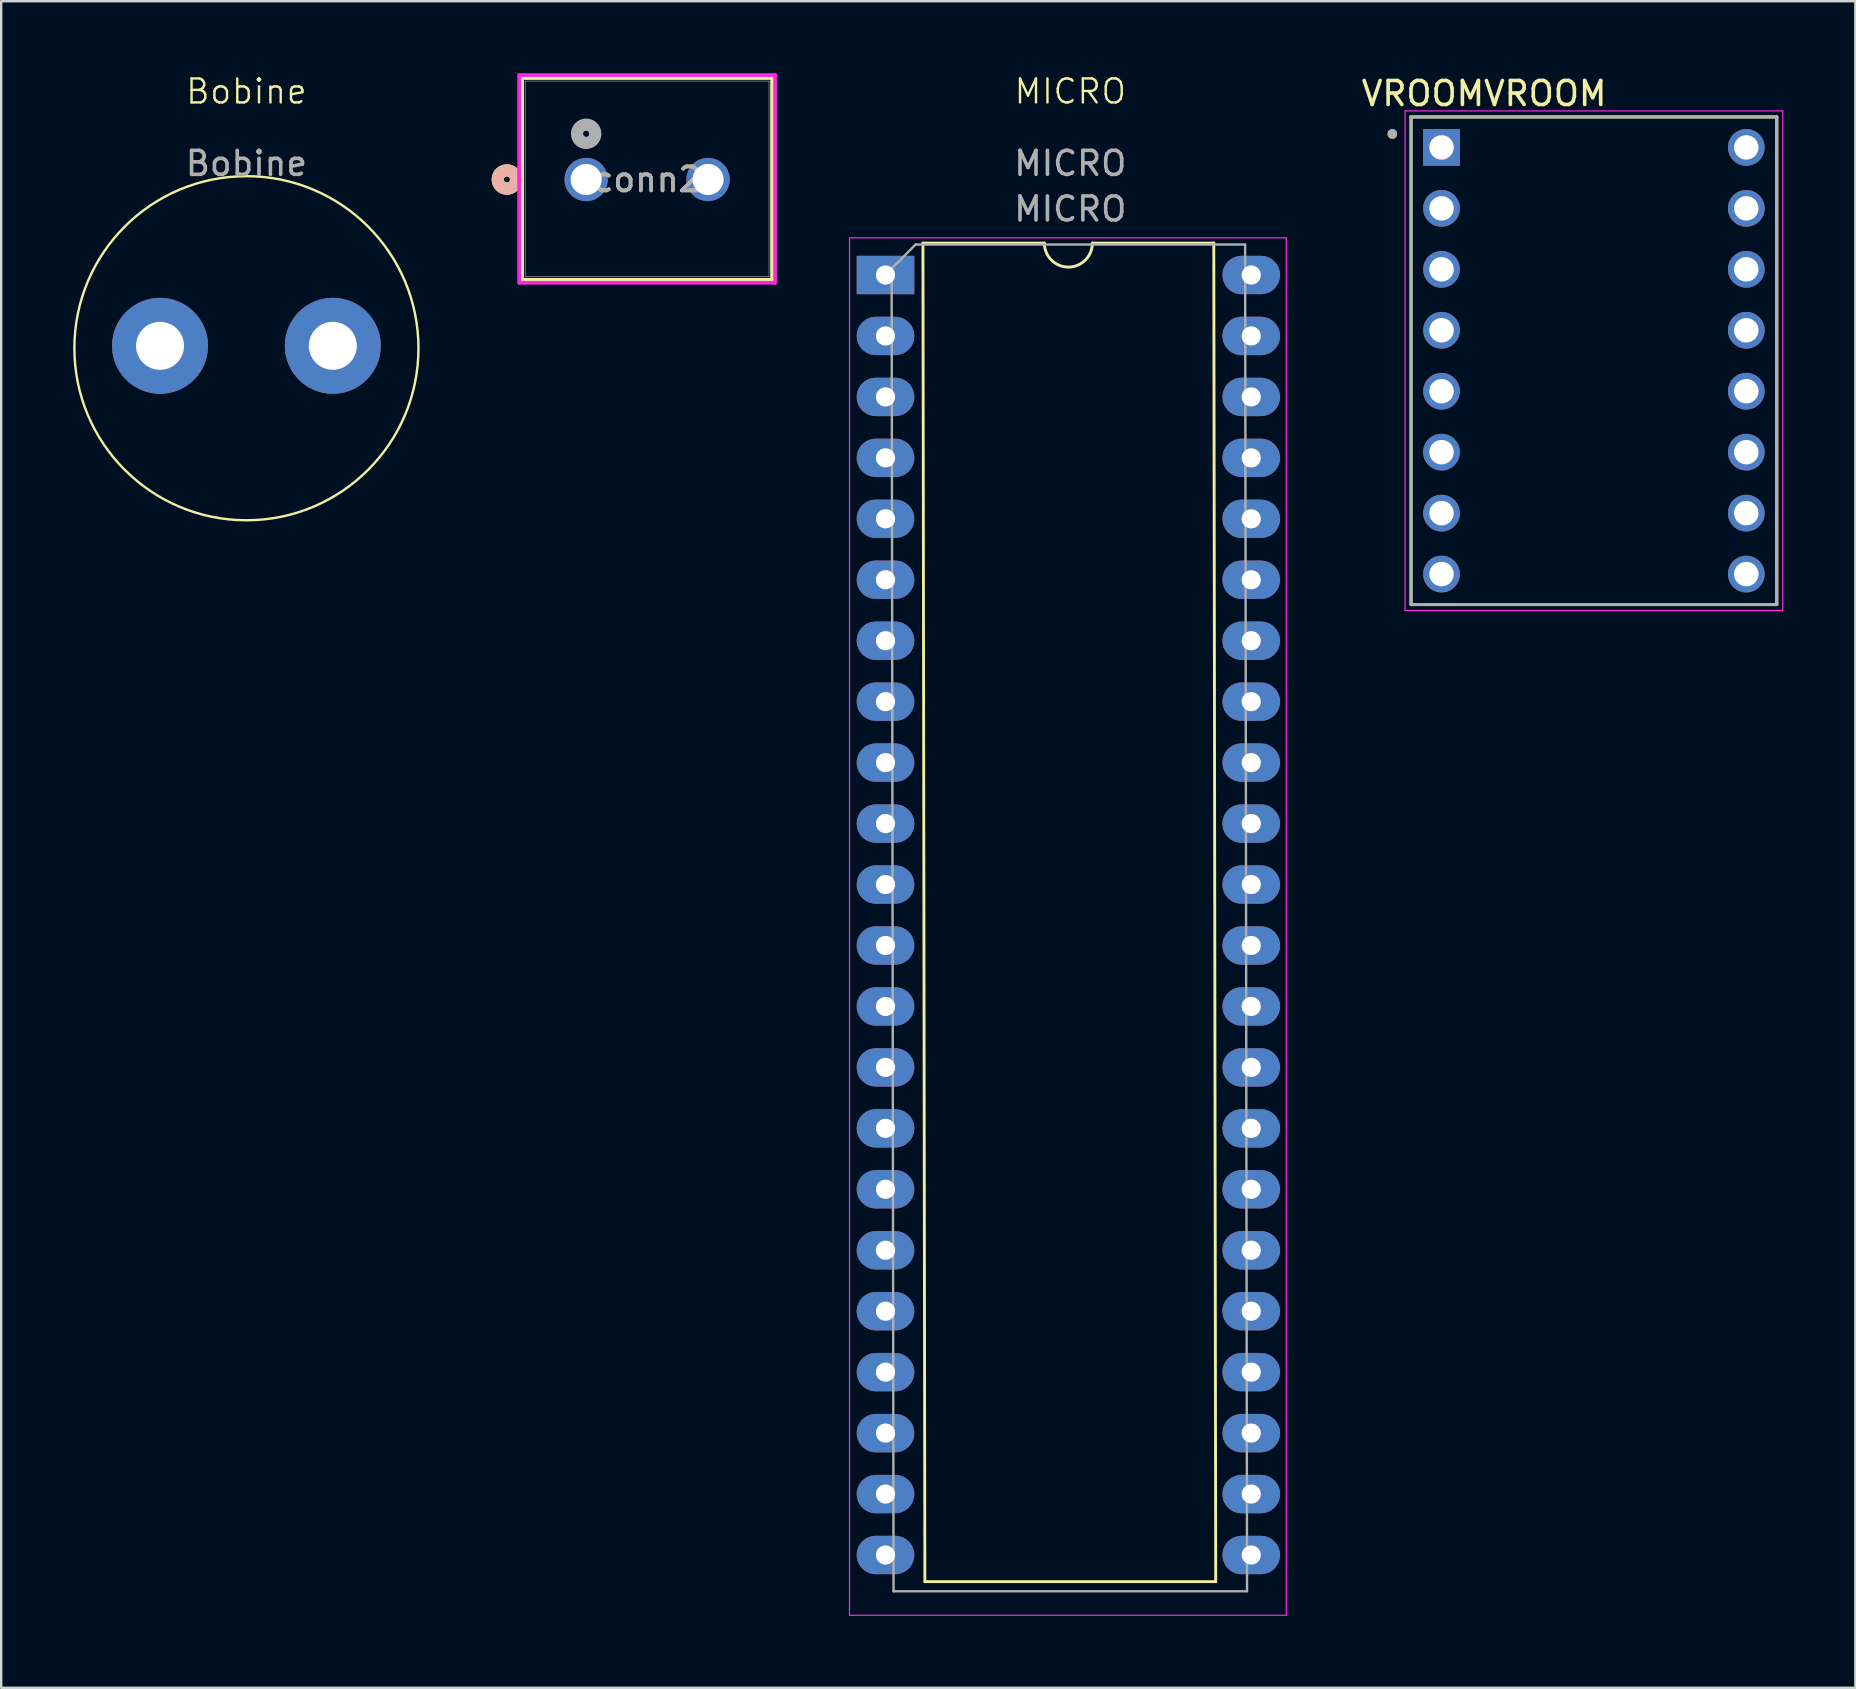
<source format=kicad_pcb>
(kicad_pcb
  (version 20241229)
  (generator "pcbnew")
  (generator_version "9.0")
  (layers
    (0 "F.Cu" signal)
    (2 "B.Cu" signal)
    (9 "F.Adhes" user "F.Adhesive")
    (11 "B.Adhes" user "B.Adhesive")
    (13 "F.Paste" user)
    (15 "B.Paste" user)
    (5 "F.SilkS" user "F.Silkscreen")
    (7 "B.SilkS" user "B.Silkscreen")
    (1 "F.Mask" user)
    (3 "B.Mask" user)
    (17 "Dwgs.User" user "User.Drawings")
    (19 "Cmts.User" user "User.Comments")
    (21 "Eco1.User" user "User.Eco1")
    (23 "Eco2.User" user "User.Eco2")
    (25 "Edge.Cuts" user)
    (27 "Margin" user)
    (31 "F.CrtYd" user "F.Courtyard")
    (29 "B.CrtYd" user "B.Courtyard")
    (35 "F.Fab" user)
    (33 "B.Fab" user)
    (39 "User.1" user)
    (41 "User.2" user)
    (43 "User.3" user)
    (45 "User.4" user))
  (footprint "conn2"
    (layer "F.Cu")
    (at 21.376 4.43)
    (property "Reference" "conn2" (at 2.54 0 0) (unlocked yes) (layer "F.SilkS") (effects (font (size 1 1) (thickness 0.15))))
    (attr through_hole)
    (fp_line (start -2.667 -4.227) (end -2.667 4.177) (stroke (width 0.152) (type solid)) (layer "F.SilkS"))
    (fp_line (start -2.667 4.177) (end 7.747 4.177) (stroke (width 0.152) (type solid)) (layer "F.SilkS"))
    (fp_line (start 7.747 -4.227) (end -2.667 -4.227) (stroke (width 0.152) (type solid)) (layer "F.SilkS"))
    (fp_line (start 7.747 4.177) (end 7.747 -4.227) (stroke (width 0.152) (type solid)) (layer "F.SilkS"))
    (fp_circle (center -3.302 0) (end -2.921 0) (stroke (width 0.508) (type solid)) (fill no) (layer "F.SilkS"))
    (fp_circle (center -3.302 0) (end -2.921 0) (stroke (width 0.508) (type solid)) (fill no) (layer "B.SilkS"))
    (fp_line (start -2.794 -4.354) (end -2.794 4.304) (stroke (width 0.152) (type solid)) (layer "F.CrtYd"))
    (fp_line (start -2.794 4.304) (end 7.874 4.304) (stroke (width 0.152) (type solid)) (layer "F.CrtYd"))
    (fp_line (start 7.874 -4.354) (end -2.794 -4.354) (stroke (width 0.152) (type solid)) (layer "F.CrtYd"))
    (fp_line (start 7.874 4.304) (end 7.874 -4.354) (stroke (width 0.152) (type solid)) (layer "F.CrtYd"))
    (fp_line (start -2.54 -4.1) (end -2.54 4.05) (stroke (width 0.025) (type solid)) (layer "F.Fab"))
    (fp_line (start -2.54 4.05) (end 7.62 4.05) (stroke (width 0.025) (type solid)) (layer "F.Fab"))
    (fp_line (start 7.62 -4.1) (end -2.54 -4.1) (stroke (width 0.025) (type solid)) (layer "F.Fab"))
    (fp_line (start 7.62 4.05) (end 7.62 -4.1) (stroke (width 0.025) (type solid)) (layer "F.Fab"))
    (fp_circle (center 0 -1.905) (end 0.381 -1.905) (stroke (width 0.508) (type solid)) (fill no) (layer "F.Fab"))
    (fp_text user "${REFERENCE}" (at 2.54 0 0) (unlocked yes) (layer "F.Fab") (effects (font (size 1 1) (thickness 0.15))))
    (pad "1" thru_hole circle (at 0 0) (size 1.803 1.803) (drill 1.295) (layers "*.Cu" "*.Mask"))
    (pad "2" thru_hole circle (at 5.08 0) (size 1.803 1.803) (drill 1.295) (layers "*.Cu" "*.Mask")))
  (footprint "VROOMVROOM"
    (layer "F.Cu")
    (at 63.371 11.983)
    (property "Reference" "VROOMVROOM" (at -4.575 -11.135 0) (layer "F.SilkS") (effects (font (size 1 1) (thickness 0.15))))
    (attr through_hole)
    (fp_line (start -7.62 -10.16) (end 7.62 -10.16) (stroke (width 0.127) (type solid)) (layer "F.SilkS"))
    (fp_line (start -7.62 10.16) (end -7.62 -10.16) (stroke (width 0.127) (type solid)) (layer "F.SilkS"))
    (fp_line (start 7.62 -10.16) (end 7.62 10.16) (stroke (width 0.127) (type solid)) (layer "F.SilkS"))
    (fp_line (start 7.62 10.16) (end -7.62 10.16) (stroke (width 0.127) (type solid)) (layer "F.SilkS"))
    (fp_circle (center -8.4 -9.45) (end -8.3 -9.45) (stroke (width 0.2) (type solid)) (fill no) (layer "F.SilkS"))
    (fp_line (start -7.87 -10.41) (end -7.87 10.41) (stroke (width 0.05) (type solid)) (layer "F.CrtYd"))
    (fp_line (start -7.87 10.41) (end 7.87 10.41) (stroke (width 0.05) (type solid)) (layer "F.CrtYd"))
    (fp_line (start 7.87 -10.41) (end -7.87 -10.41) (stroke (width 0.05) (type solid)) (layer "F.CrtYd"))
    (fp_line (start 7.87 10.41) (end 7.87 -10.41) (stroke (width 0.05) (type solid)) (layer "F.CrtYd"))
    (fp_line (start -7.62 -10.16) (end 7.62 -10.16) (stroke (width 0.127) (type solid)) (layer "F.Fab"))
    (fp_line (start -7.62 10.16) (end -7.62 -10.16) (stroke (width 0.127) (type solid)) (layer "F.Fab"))
    (fp_line (start 7.62 -10.16) (end 7.62 10.16) (stroke (width 0.127) (type solid)) (layer "F.Fab"))
    (fp_line (start 7.62 10.16) (end -7.62 10.16) (stroke (width 0.127) (type solid)) (layer "F.Fab"))
    (fp_circle (center -8.4 -9.45) (end -8.3 -9.45) (stroke (width 0.2) (type solid)) (fill no) (layer "F.Fab"))
    (pad "1" thru_hole rect (at -6.35 -8.89) (size 1.53 1.53) (drill 1.02) (layers "*.Cu" "*.Mask"))
    (pad "2" thru_hole circle (at -6.35 -6.35) (size 1.53 1.53) (drill 1.02) (layers "*.Cu" "*.Mask"))
    (pad "3" thru_hole circle (at -6.35 -3.81) (size 1.53 1.53) (drill 1.02) (layers "*.Cu" "*.Mask"))
    (pad "4" thru_hole circle (at -6.35 -1.27) (size 1.53 1.53) (drill 1.02) (layers "*.Cu" "*.Mask"))
    (pad "5" thru_hole circle (at -6.35 1.27) (size 1.53 1.53) (drill 1.02) (layers "*.Cu" "*.Mask"))
    (pad "6" thru_hole circle (at -6.35 3.81) (size 1.53 1.53) (drill 1.02) (layers "*.Cu" "*.Mask"))
    (pad "7" thru_hole circle (at -6.35 6.35) (size 1.53 1.53) (drill 1.02) (layers "*.Cu" "*.Mask"))
    (pad "8" thru_hole circle (at -6.35 8.89) (size 1.53 1.53) (drill 1.02) (layers "*.Cu" "*.Mask"))
    (pad "9" thru_hole circle (at 6.35 8.89) (size 1.53 1.53) (drill 1.02) (layers "*.Cu" "*.Mask"))
    (pad "10" thru_hole circle (at 6.35 6.35) (size 1.53 1.53) (drill 1.02) (layers "*.Cu" "*.Mask"))
    (pad "11" thru_hole circle (at 6.35 3.81) (size 1.53 1.53) (drill 1.02) (layers "*.Cu" "*.Mask"))
    (pad "12" thru_hole circle (at 6.35 1.27) (size 1.53 1.53) (drill 1.02) (layers "*.Cu" "*.Mask"))
    (pad "13" thru_hole circle (at 6.35 -1.27) (size 1.53 1.53) (drill 1.02) (layers "*.Cu" "*.Mask"))
    (pad "14" thru_hole circle (at 6.35 -3.81) (size 1.53 1.53) (drill 1.02) (layers "*.Cu" "*.Mask"))
    (pad "15" thru_hole circle (at 6.35 -6.35) (size 1.53 1.53) (drill 1.02) (layers "*.Cu" "*.Mask"))
    (pad "16" thru_hole circle (at 6.35 -8.89) (size 1.53 1.53) (drill 1.02) (layers "*.Cu" "*.Mask")))
  (footprint "Bobine"
    (layer "F.Cu")
    (at 7.229 11.491)
    (property "Reference" "Bobine" (at -0.01 -10.73 0) (unlocked yes) (layer "F.SilkS") (effects (font (size 1 1) (thickness 0.1))))
    (attr through_hole)
    (fp_circle (center -0.01 -0.03) (end 6.59 2.77) (stroke (width 0.1) (type default)) (fill no) (layer "F.SilkS"))
    (fp_text user "${REFERENCE}" (at -0.01 -7.73 0) (unlocked yes) (layer "F.Fab") (effects (font (size 1 1) (thickness 0.15))))
    (pad "1" thru_hole circle (at -3.61 -0.13) (size 4 4) (drill 2) (layers "*.Cu" "*.Mask"))
    (pad "2" thru_hole circle (at 3.59 -0.13) (size 4 4) (drill 2) (layers "*.Cu" "*.Mask")))
  (footprint "MICRO"
    (layer "F.Cu")
    (at 42.351 26.66)
    (property "Reference" "MICRO" (at -0.8 -25.9 0) (unlocked yes) (layer "F.SilkS") (effects (font (size 1 1) (thickness 0.1))))
    (attr through_hole)
    (fp_line (start -6.94 -19.58) (end -6.86 36.2) (stroke (width 0.12) (type solid)) (layer "F.SilkS"))
    (fp_line (start -6.86 36.2) (end 5.26 36.2) (stroke (width 0.12) (type solid)) (layer "F.SilkS"))
    (fp_line (start -1.88 -19.58) (end -6.94 -19.58) (stroke (width 0.12) (type solid)) (layer "F.SilkS"))
    (fp_line (start 5.18 -19.58) (end 0.12 -19.58) (stroke (width 0.12) (type solid)) (layer "F.SilkS"))
    (fp_line (start 5.26 36.2) (end 5.18 -19.58) (stroke (width 0.12) (type solid)) (layer "F.SilkS"))
    (fp_arc (start 0.12 -19.58) (mid -0.88 -18.58) (end -1.88 -19.58) (stroke (width 0.12) (type solid)) (layer "F.SilkS"))
    (fp_line (start -10 -19.8) (end -10 37.6) (stroke (width 0.05) (type solid)) (layer "F.CrtYd"))
    (fp_line (start -10 37.6) (end 8.2 37.6) (stroke (width 0.05) (type solid)) (layer "F.CrtYd"))
    (fp_line (start 8.2 -19.8) (end -10 -19.8) (stroke (width 0.05) (type solid)) (layer "F.CrtYd"))
    (fp_line (start 8.2 37.6) (end 8.2 -19.8) (stroke (width 0.05) (type solid)) (layer "F.CrtYd"))
    (fp_line (start -8.245 -18.52) (end -7.245 -19.52) (stroke (width 0.1) (type solid)) (layer "F.Fab"))
    (fp_line (start -8.165 36.6) (end -8.245 -18.52) (stroke (width 0.1) (type solid)) (layer "F.Fab"))
    (fp_line (start -7.245 -19.52) (end 6.485 -19.52) (stroke (width 0.1) (type solid)) (layer "F.Fab"))
    (fp_line (start 6.485 -19.52) (end 6.565 36.6) (stroke (width 0.1) (type solid)) (layer "F.Fab"))
    (fp_line (start 6.565 36.6) (end -8.165 36.6) (stroke (width 0.1) (type solid)) (layer "F.Fab"))
    (fp_text user "${REFERENCE}" (at -0.8 -22.9 0) (unlocked yes) (layer "F.Fab") (effects (font (size 1 1) (thickness 0.15))))
    (fp_text user "${REFERENCE}" (at -0.8 -21 0) (layer "F.Fab") (effects (font (size 1 1) (thickness 0.15))))
    (pad "1" thru_hole rect (at -8.5 -18.25) (size 2.4 1.6) (drill 0.8) (layers "*.Cu" "*.Mask"))
    (pad "2" thru_hole oval (at -8.5 -15.71) (size 2.4 1.6) (drill 0.8) (layers "*.Cu" "*.Mask"))
    (pad "3" thru_hole oval (at -8.5 -13.17) (size 2.4 1.6) (drill 0.8) (layers "*.Cu" "*.Mask"))
    (pad "4" thru_hole oval (at -8.5 -10.63) (size 2.4 1.6) (drill 0.8) (layers "*.Cu" "*.Mask"))
    (pad "5" thru_hole oval (at -8.5 -8.09) (size 2.4 1.6) (drill 0.8) (layers "*.Cu" "*.Mask"))
    (pad "6" thru_hole oval (at -8.5 -5.55) (size 2.4 1.6) (drill 0.8) (layers "*.Cu" "*.Mask"))
    (pad "7" thru_hole oval (at -8.5 -3.01) (size 2.4 1.6) (drill 0.8) (layers "*.Cu" "*.Mask"))
    (pad "8" thru_hole oval (at -8.5 -0.47) (size 2.4 1.6) (drill 0.8) (layers "*.Cu" "*.Mask"))
    (pad "9" thru_hole oval (at -8.5 2.07) (size 2.4 1.6) (drill 0.8) (layers "*.Cu" "*.Mask"))
    (pad "10" thru_hole oval (at -8.5 4.61) (size 2.4 1.6) (drill 0.8) (layers "*.Cu" "*.Mask"))
    (pad "11" thru_hole oval (at -8.5 7.15) (size 2.4 1.6) (drill 0.8) (layers "*.Cu" "*.Mask"))
    (pad "12" thru_hole oval (at -8.5 9.69) (size 2.4 1.6) (drill 0.8) (layers "*.Cu" "*.Mask"))
    (pad "13" thru_hole oval (at -8.5 12.23) (size 2.4 1.6) (drill 0.8) (layers "*.Cu" "*.Mask"))
    (pad "14" thru_hole oval (at -8.5 14.77) (size 2.4 1.6) (drill 0.8) (layers "*.Cu" "*.Mask"))
    (pad "15" thru_hole oval (at -8.5 17.31) (size 2.4 1.6) (drill 0.8) (layers "*.Cu" "*.Mask"))
    (pad "16" thru_hole oval (at -8.5 19.85) (size 2.4 1.6) (drill 0.8) (layers "*.Cu" "*.Mask"))
    (pad "17" thru_hole oval (at -8.5 22.39) (size 2.4 1.6) (drill 0.8) (layers "*.Cu" "*.Mask"))
    (pad "18" thru_hole oval (at -8.5 24.93) (size 2.4 1.6) (drill 0.8) (layers "*.Cu" "*.Mask"))
    (pad "19" thru_hole oval (at -8.5 27.47) (size 2.4 1.6) (drill 0.8) (layers "*.Cu" "*.Mask"))
    (pad "20" thru_hole oval (at -8.5 30.01) (size 2.4 1.6) (drill 0.8) (layers "*.Cu" "*.Mask"))
    (pad "21" thru_hole oval (at -8.5 32.55) (size 2.4 1.6) (drill 0.8) (layers "*.Cu" "*.Mask"))
    (pad "22" thru_hole oval (at -8.5 35.09) (size 2.4 1.6) (drill 0.8) (layers "*.Cu" "*.Mask"))
    (pad "23" thru_hole oval (at 6.74 35.09) (size 2.4 1.6) (drill 0.8) (layers "*.Cu" "*.Mask"))
    (pad "24" thru_hole oval (at 6.74 32.55) (size 2.4 1.6) (drill 0.8) (layers "*.Cu" "*.Mask"))
    (pad "25" thru_hole oval (at 6.74 30.01) (size 2.4 1.6) (drill 0.8) (layers "*.Cu" "*.Mask"))
    (pad "26" thru_hole oval (at 6.74 27.47) (size 2.4 1.6) (drill 0.8) (layers "*.Cu" "*.Mask"))
    (pad "27" thru_hole oval (at 6.74 24.93) (size 2.4 1.6) (drill 0.8) (layers "*.Cu" "*.Mask"))
    (pad "28" thru_hole oval (at 6.74 22.39) (size 2.4 1.6) (drill 0.8) (layers "*.Cu" "*.Mask"))
    (pad "29" thru_hole oval (at 6.74 19.85) (size 2.4 1.6) (drill 0.8) (layers "*.Cu" "*.Mask"))
    (pad "30" thru_hole oval (at 6.74 17.31) (size 2.4 1.6) (drill 0.8) (layers "*.Cu" "*.Mask"))
    (pad "31" thru_hole oval (at 6.74 14.77) (size 2.4 1.6) (drill 0.8) (layers "*.Cu" "*.Mask"))
    (pad "32" thru_hole oval (at 6.74 12.23) (size 2.4 1.6) (drill 0.8) (layers "*.Cu" "*.Mask"))
    (pad "33" thru_hole oval (at 6.74 9.69) (size 2.4 1.6) (drill 0.8) (layers "*.Cu" "*.Mask"))
    (pad "34" thru_hole oval (at 6.74 7.15) (size 2.4 1.6) (drill 0.8) (layers "*.Cu" "*.Mask"))
    (pad "35" thru_hole oval (at 6.74 4.61) (size 2.4 1.6) (drill 0.8) (layers "*.Cu" "*.Mask"))
    (pad "36" thru_hole oval (at 6.74 2.07) (size 2.4 1.6) (drill 0.8) (layers "*.Cu" "*.Mask"))
    (pad "37" thru_hole oval (at 6.74 -0.47) (size 2.4 1.6) (drill 0.8) (layers "*.Cu" "*.Mask"))
    (pad "38" thru_hole oval (at 6.74 -3.01) (size 2.4 1.6) (drill 0.8) (layers "*.Cu" "*.Mask"))
    (pad "39" thru_hole oval (at 6.74 -5.55) (size 2.4 1.6) (drill 0.8) (layers "*.Cu" "*.Mask"))
    (pad "40" thru_hole oval (at 6.74 -8.09) (size 2.4 1.6) (drill 0.8) (layers "*.Cu" "*.Mask"))
    (pad "41" thru_hole oval (at 6.74 -10.63) (size 2.4 1.6) (drill 0.8) (layers "*.Cu" "*.Mask"))
    (pad "42" thru_hole oval (at 6.74 -13.17) (size 2.4 1.6) (drill 0.8) (layers "*.Cu" "*.Mask"))
    (pad "43" thru_hole oval (at 6.74 -15.71) (size 2.4 1.6) (drill 0.8) (layers "*.Cu" "*.Mask"))
    (pad "44" thru_hole oval (at 6.74 -18.25) (size 2.4 1.6) (drill 0.8) (layers "*.Cu" "*.Mask")))
  (gr_rect
    (start -3 -3)
    (end 74.266 67.285)
    (stroke (width 0.1) (type default))
    (fill no)
    (layer "Edge.Cuts")))
</source>
